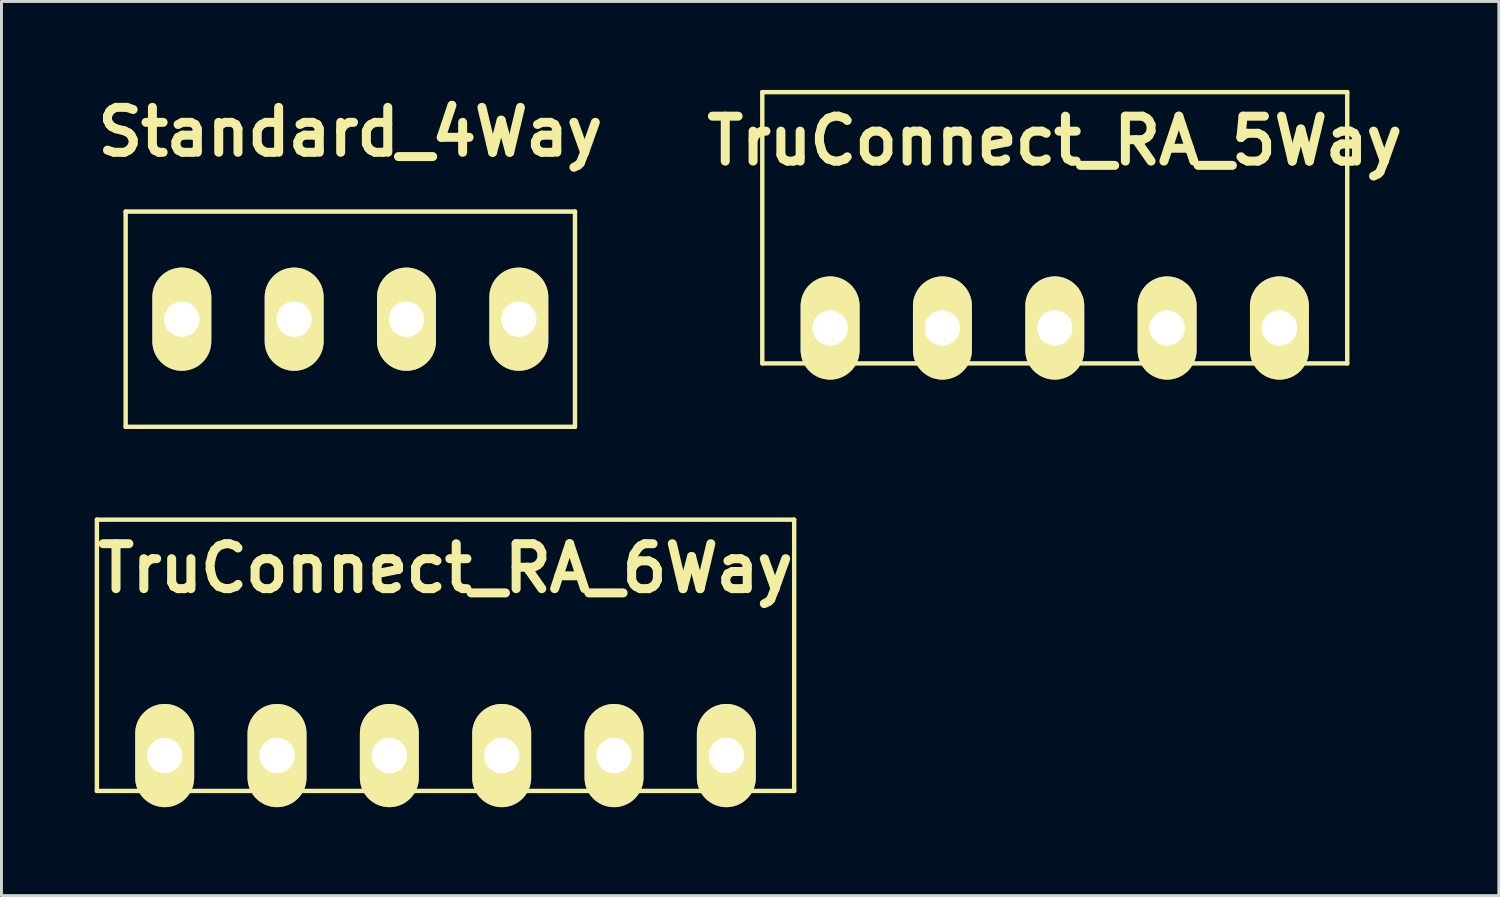
<source format=kicad_pcb>
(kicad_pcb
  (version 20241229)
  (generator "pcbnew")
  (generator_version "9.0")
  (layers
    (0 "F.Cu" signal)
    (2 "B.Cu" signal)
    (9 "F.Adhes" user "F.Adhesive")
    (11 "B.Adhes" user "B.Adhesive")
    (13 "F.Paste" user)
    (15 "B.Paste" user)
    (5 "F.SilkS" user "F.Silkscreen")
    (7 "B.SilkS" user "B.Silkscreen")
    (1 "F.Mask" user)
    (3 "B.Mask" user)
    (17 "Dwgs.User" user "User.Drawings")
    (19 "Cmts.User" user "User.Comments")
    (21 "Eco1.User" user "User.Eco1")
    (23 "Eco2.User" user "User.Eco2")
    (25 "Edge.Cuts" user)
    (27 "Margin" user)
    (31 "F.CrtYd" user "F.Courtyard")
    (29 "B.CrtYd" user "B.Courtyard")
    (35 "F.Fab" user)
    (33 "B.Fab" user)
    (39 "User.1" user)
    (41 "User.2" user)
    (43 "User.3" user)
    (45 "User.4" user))
  (footprint "TruConnect_RA_5Way"
    (layer "F.Cu")
    (at 32.725 8.075)
    (property "Reference" "TruConnect_RA_5Way" (at 0 -6.35 180) (layer "F.SilkS") (effects (font (size 1.524 1.524) (thickness 0.305))))
    (attr through_hole)
    (fp_line (start -9.92 -8) (end -9.92 1.2) (stroke (width 0.15) (type solid)) (layer "F.SilkS"))
    (fp_line (start -9.92 1.2) (end 9.92 1.2) (stroke (width 0.15) (type solid)) (layer "F.SilkS"))
    (fp_line (start 9.92 -8) (end -9.92 -8) (stroke (width 0.15) (type solid)) (layer "F.SilkS"))
    (fp_line (start 9.92 1.2) (end 9.92 -8) (stroke (width 0.15) (type solid)) (layer "F.SilkS"))
    (pad "1" thru_hole oval (at -7.62 0) (size 1.999 3.5) (drill 1.199) (layers "*.Cu" "*.Mask" "F.SilkS"))
    (pad "2" thru_hole oval (at -3.81 0) (size 1.999 3.5) (drill 1.199) (layers "*.Cu" "*.Mask" "F.SilkS"))
    (pad "3" thru_hole oval (at 0 0) (size 1.999 3.5) (drill 1.199) (layers "*.Cu" "*.Mask" "F.SilkS"))
    (pad "4" thru_hole oval (at 3.81 0) (size 1.999 3.5) (drill 1.199) (layers "*.Cu" "*.Mask" "F.SilkS"))
    (pad "5" thru_hole oval (at 7.62 0) (size 1.999 3.5) (drill 1.199) (layers "*.Cu" "*.Mask" "F.SilkS")))
  (footprint "Standard_4Way"
    (layer "F.Cu")
    (at 8.832 7.776)
    (property "Reference" "Standard_4Way" (at 0 -6.35 180) (layer "F.SilkS") (effects (font (size 1.524 1.524) (thickness 0.305))))
    (attr through_hole)
    (fp_line (start -7.62 -3.65) (end -7.62 3.65) (stroke (width 0.15) (type solid)) (layer "F.SilkS"))
    (fp_line (start -7.62 3.65) (end 7.62 3.65) (stroke (width 0.15) (type solid)) (layer "F.SilkS"))
    (fp_line (start 7.62 -3.65) (end -7.62 -3.65) (stroke (width 0.15) (type solid)) (layer "F.SilkS"))
    (fp_line (start 7.62 3.65) (end 7.62 -3.65) (stroke (width 0.15) (type solid)) (layer "F.SilkS"))
    (pad "1" thru_hole oval (at -5.715 0) (size 1.999 3.5) (drill 1.199) (layers "*.Cu" "*.Mask" "F.SilkS"))
    (pad "2" thru_hole oval (at -1.905 0) (size 1.999 3.5) (drill 1.199) (layers "*.Cu" "*.Mask" "F.SilkS"))
    (pad "3" thru_hole oval (at 1.905 0) (size 1.999 3.5) (drill 1.199) (layers "*.Cu" "*.Mask" "F.SilkS"))
    (pad "4" thru_hole oval (at 5.715 0) (size 1.999 3.5) (drill 1.199) (layers "*.Cu" "*.Mask" "F.SilkS")))
  (footprint "TruConnect_RA_6Way"
    (layer "F.Cu")
    (at 12.061 22.576)
    (property "Reference" "TruConnect_RA_6Way" (at 0 -6.35 180) (layer "F.SilkS") (effects (font (size 1.524 1.524) (thickness 0.305))))
    (attr through_hole)
    (fp_line (start -11.825 -8) (end -11.825 1.2) (stroke (width 0.15) (type solid)) (layer "F.SilkS"))
    (fp_line (start -11.825 1.2) (end 11.825 1.2) (stroke (width 0.15) (type solid)) (layer "F.SilkS"))
    (fp_line (start 11.825 -8) (end -11.825 -8) (stroke (width 0.15) (type solid)) (layer "F.SilkS"))
    (fp_line (start 11.825 1.2) (end 11.825 -8) (stroke (width 0.15) (type solid)) (layer "F.SilkS"))
    (pad "1" thru_hole oval (at -9.525 0) (size 1.999 3.5) (drill 1.199) (layers "*.Cu" "*.Mask" "F.SilkS"))
    (pad "2" thru_hole oval (at -5.715 0) (size 1.999 3.5) (drill 1.199) (layers "*.Cu" "*.Mask" "F.SilkS"))
    (pad "3" thru_hole oval (at -1.905 0) (size 1.999 3.5) (drill 1.199) (layers "*.Cu" "*.Mask" "F.SilkS"))
    (pad "4" thru_hole oval (at 1.905 0) (size 1.999 3.5) (drill 1.199) (layers "*.Cu" "*.Mask" "F.SilkS"))
    (pad "5" thru_hole oval (at 5.715 0) (size 1.999 3.5) (drill 1.199) (layers "*.Cu" "*.Mask" "F.SilkS"))
    (pad "6" thru_hole oval (at 9.525 0) (size 1.999 3.5) (drill 1.199) (layers "*.Cu" "*.Mask" "F.SilkS")))
  (gr_rect
    (start -3 -3)
    (end 47.787 27.327)
    (stroke (width 0.1) (type default))
    (fill no)
    (layer "Edge.Cuts")))
</source>
